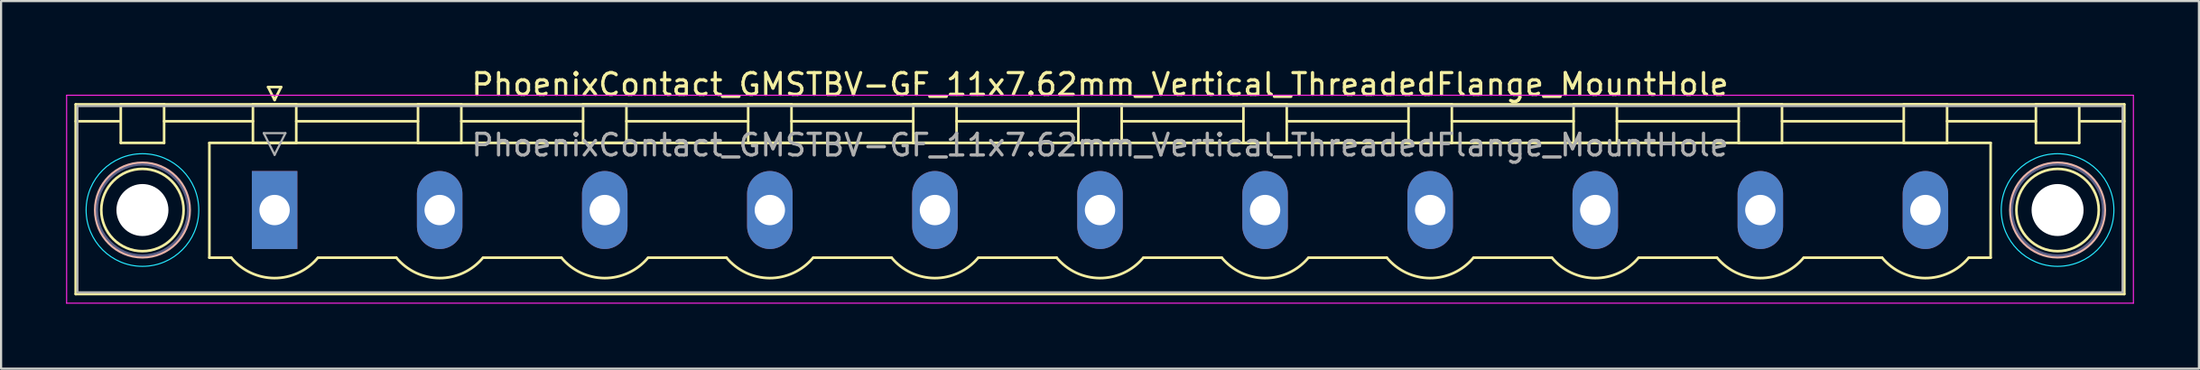
<source format=kicad_pcb>
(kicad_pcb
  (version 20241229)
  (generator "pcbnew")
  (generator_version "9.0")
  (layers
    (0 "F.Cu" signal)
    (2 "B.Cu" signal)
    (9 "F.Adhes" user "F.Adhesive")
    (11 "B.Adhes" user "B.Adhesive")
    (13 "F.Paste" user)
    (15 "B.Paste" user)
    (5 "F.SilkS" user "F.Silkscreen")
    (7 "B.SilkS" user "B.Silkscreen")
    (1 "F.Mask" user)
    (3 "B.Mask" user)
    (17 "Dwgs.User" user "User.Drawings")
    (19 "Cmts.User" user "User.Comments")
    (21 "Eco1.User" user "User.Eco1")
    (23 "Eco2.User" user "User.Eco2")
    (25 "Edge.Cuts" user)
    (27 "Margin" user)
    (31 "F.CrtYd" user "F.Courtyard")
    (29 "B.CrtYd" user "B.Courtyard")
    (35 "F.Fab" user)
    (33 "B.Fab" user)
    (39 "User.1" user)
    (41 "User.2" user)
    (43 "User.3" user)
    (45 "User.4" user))
  (footprint "PhoenixContact_GMSTBV-GF_11x7.62mm_Vertical_ThreadedFlange_MountHole"
    (layer "F.Cu")
    (at 9.625 6.648)
    (property "Reference" "PhoenixContact_GMSTBV-GF_11x7.62mm_Vertical_ThreadedFlange_MountHole" (at 38.1 -5.8 0) (layer "F.SilkS") (effects (font (size 1 1) (thickness 0.15))))
    (attr through_hole)
    (fp_line (start -9.18 -4.88) (end -9.18 3.88) (stroke (width 0.12) (type solid)) (layer "F.SilkS"))
    (fp_line (start -9.18 -4.1) (end -7.18 -4.1) (stroke (width 0.12) (type solid)) (layer "F.SilkS"))
    (fp_line (start -9.18 3.88) (end 85.38 3.88) (stroke (width 0.12) (type solid)) (layer "F.SilkS"))
    (fp_line (start -7.1 -4.88) (end -5.1 -4.88) (stroke (width 0.12) (type solid)) (layer "F.SilkS"))
    (fp_line (start -7.1 -3.1) (end -7.1 -4.88) (stroke (width 0.12) (type solid)) (layer "F.SilkS"))
    (fp_line (start -5.1 -4.88) (end -5.1 -3.1) (stroke (width 0.12) (type solid)) (layer "F.SilkS"))
    (fp_line (start -5.1 -4.1) (end -1 -4.1) (stroke (width 0.12) (type solid)) (layer "F.SilkS"))
    (fp_line (start -5.1 -3.1) (end -7.1 -3.1) (stroke (width 0.12) (type solid)) (layer "F.SilkS"))
    (fp_line (start -3.01 -3.1) (end 79.21 -3.1) (stroke (width 0.12) (type solid)) (layer "F.SilkS"))
    (fp_line (start -3.01 2.2) (end -3.01 -3.1) (stroke (width 0.12) (type solid)) (layer "F.SilkS"))
    (fp_line (start -2 2.2) (end -3.01 2.2) (stroke (width 0.12) (type solid)) (layer "F.SilkS"))
    (fp_line (start -1 -4.88) (end 1 -4.88) (stroke (width 0.12) (type solid)) (layer "F.SilkS"))
    (fp_line (start -1 -3.1) (end -1 -4.88) (stroke (width 0.12) (type solid)) (layer "F.SilkS"))
    (fp_line (start -0.3 -5.68) (end 0.3 -5.68) (stroke (width 0.12) (type solid)) (layer "F.SilkS"))
    (fp_line (start 0 -5.08) (end -0.3 -5.68) (stroke (width 0.12) (type solid)) (layer "F.SilkS"))
    (fp_line (start 0.3 -5.68) (end 0 -5.08) (stroke (width 0.12) (type solid)) (layer "F.SilkS"))
    (fp_line (start 1 -4.88) (end 1 -3.1) (stroke (width 0.12) (type solid)) (layer "F.SilkS"))
    (fp_line (start 1 -4.1) (end 6.62 -4.1) (stroke (width 0.12) (type solid)) (layer "F.SilkS"))
    (fp_line (start 1 -3.1) (end -1 -3.1) (stroke (width 0.12) (type solid)) (layer "F.SilkS"))
    (fp_line (start 2 2.2) (end 5.62 2.2) (stroke (width 0.12) (type solid)) (layer "F.SilkS"))
    (fp_line (start 6.62 -4.88) (end 8.62 -4.88) (stroke (width 0.12) (type solid)) (layer "F.SilkS"))
    (fp_line (start 6.62 -3.1) (end 6.62 -4.88) (stroke (width 0.12) (type solid)) (layer "F.SilkS"))
    (fp_line (start 8.62 -4.88) (end 8.62 -3.1) (stroke (width 0.12) (type solid)) (layer "F.SilkS"))
    (fp_line (start 8.62 -4.1) (end 14.24 -4.1) (stroke (width 0.12) (type solid)) (layer "F.SilkS"))
    (fp_line (start 8.62 -3.1) (end 6.62 -3.1) (stroke (width 0.12) (type solid)) (layer "F.SilkS"))
    (fp_line (start 9.62 2.2) (end 13.24 2.2) (stroke (width 0.12) (type solid)) (layer "F.SilkS"))
    (fp_line (start 14.24 -4.88) (end 16.24 -4.88) (stroke (width 0.12) (type solid)) (layer "F.SilkS"))
    (fp_line (start 14.24 -3.1) (end 14.24 -4.88) (stroke (width 0.12) (type solid)) (layer "F.SilkS"))
    (fp_line (start 16.24 -4.88) (end 16.24 -3.1) (stroke (width 0.12) (type solid)) (layer "F.SilkS"))
    (fp_line (start 16.24 -4.1) (end 21.86 -4.1) (stroke (width 0.12) (type solid)) (layer "F.SilkS"))
    (fp_line (start 16.24 -3.1) (end 14.24 -3.1) (stroke (width 0.12) (type solid)) (layer "F.SilkS"))
    (fp_line (start 17.24 2.2) (end 20.86 2.2) (stroke (width 0.12) (type solid)) (layer "F.SilkS"))
    (fp_line (start 21.86 -4.88) (end 23.86 -4.88) (stroke (width 0.12) (type solid)) (layer "F.SilkS"))
    (fp_line (start 21.86 -3.1) (end 21.86 -4.88) (stroke (width 0.12) (type solid)) (layer "F.SilkS"))
    (fp_line (start 23.86 -4.88) (end 23.86 -3.1) (stroke (width 0.12) (type solid)) (layer "F.SilkS"))
    (fp_line (start 23.86 -4.1) (end 29.48 -4.1) (stroke (width 0.12) (type solid)) (layer "F.SilkS"))
    (fp_line (start 23.86 -3.1) (end 21.86 -3.1) (stroke (width 0.12) (type solid)) (layer "F.SilkS"))
    (fp_line (start 24.86 2.2) (end 28.48 2.2) (stroke (width 0.12) (type solid)) (layer "F.SilkS"))
    (fp_line (start 29.48 -4.88) (end 31.48 -4.88) (stroke (width 0.12) (type solid)) (layer "F.SilkS"))
    (fp_line (start 29.48 -3.1) (end 29.48 -4.88) (stroke (width 0.12) (type solid)) (layer "F.SilkS"))
    (fp_line (start 31.48 -4.88) (end 31.48 -3.1) (stroke (width 0.12) (type solid)) (layer "F.SilkS"))
    (fp_line (start 31.48 -4.1) (end 37.1 -4.1) (stroke (width 0.12) (type solid)) (layer "F.SilkS"))
    (fp_line (start 31.48 -3.1) (end 29.48 -3.1) (stroke (width 0.12) (type solid)) (layer "F.SilkS"))
    (fp_line (start 32.48 2.2) (end 36.1 2.2) (stroke (width 0.12) (type solid)) (layer "F.SilkS"))
    (fp_line (start 37.1 -4.88) (end 39.1 -4.88) (stroke (width 0.12) (type solid)) (layer "F.SilkS"))
    (fp_line (start 37.1 -3.1) (end 37.1 -4.88) (stroke (width 0.12) (type solid)) (layer "F.SilkS"))
    (fp_line (start 39.1 -4.88) (end 39.1 -3.1) (stroke (width 0.12) (type solid)) (layer "F.SilkS"))
    (fp_line (start 39.1 -4.1) (end 44.72 -4.1) (stroke (width 0.12) (type solid)) (layer "F.SilkS"))
    (fp_line (start 39.1 -3.1) (end 37.1 -3.1) (stroke (width 0.12) (type solid)) (layer "F.SilkS"))
    (fp_line (start 40.1 2.2) (end 43.72 2.2) (stroke (width 0.12) (type solid)) (layer "F.SilkS"))
    (fp_line (start 44.72 -4.88) (end 46.72 -4.88) (stroke (width 0.12) (type solid)) (layer "F.SilkS"))
    (fp_line (start 44.72 -3.1) (end 44.72 -4.88) (stroke (width 0.12) (type solid)) (layer "F.SilkS"))
    (fp_line (start 46.72 -4.88) (end 46.72 -3.1) (stroke (width 0.12) (type solid)) (layer "F.SilkS"))
    (fp_line (start 46.72 -4.1) (end 52.34 -4.1) (stroke (width 0.12) (type solid)) (layer "F.SilkS"))
    (fp_line (start 46.72 -3.1) (end 44.72 -3.1) (stroke (width 0.12) (type solid)) (layer "F.SilkS"))
    (fp_line (start 47.72 2.2) (end 51.34 2.2) (stroke (width 0.12) (type solid)) (layer "F.SilkS"))
    (fp_line (start 52.34 -4.88) (end 54.34 -4.88) (stroke (width 0.12) (type solid)) (layer "F.SilkS"))
    (fp_line (start 52.34 -3.1) (end 52.34 -4.88) (stroke (width 0.12) (type solid)) (layer "F.SilkS"))
    (fp_line (start 54.34 -4.88) (end 54.34 -3.1) (stroke (width 0.12) (type solid)) (layer "F.SilkS"))
    (fp_line (start 54.34 -4.1) (end 59.96 -4.1) (stroke (width 0.12) (type solid)) (layer "F.SilkS"))
    (fp_line (start 54.34 -3.1) (end 52.34 -3.1) (stroke (width 0.12) (type solid)) (layer "F.SilkS"))
    (fp_line (start 55.34 2.2) (end 58.96 2.2) (stroke (width 0.12) (type solid)) (layer "F.SilkS"))
    (fp_line (start 59.96 -4.88) (end 61.96 -4.88) (stroke (width 0.12) (type solid)) (layer "F.SilkS"))
    (fp_line (start 59.96 -3.1) (end 59.96 -4.88) (stroke (width 0.12) (type solid)) (layer "F.SilkS"))
    (fp_line (start 61.96 -4.88) (end 61.96 -3.1) (stroke (width 0.12) (type solid)) (layer "F.SilkS"))
    (fp_line (start 61.96 -4.1) (end 67.58 -4.1) (stroke (width 0.12) (type solid)) (layer "F.SilkS"))
    (fp_line (start 61.96 -3.1) (end 59.96 -3.1) (stroke (width 0.12) (type solid)) (layer "F.SilkS"))
    (fp_line (start 62.96 2.2) (end 66.58 2.2) (stroke (width 0.12) (type solid)) (layer "F.SilkS"))
    (fp_line (start 67.58 -4.88) (end 69.58 -4.88) (stroke (width 0.12) (type solid)) (layer "F.SilkS"))
    (fp_line (start 67.58 -3.1) (end 67.58 -4.88) (stroke (width 0.12) (type solid)) (layer "F.SilkS"))
    (fp_line (start 69.58 -4.88) (end 69.58 -3.1) (stroke (width 0.12) (type solid)) (layer "F.SilkS"))
    (fp_line (start 69.58 -4.1) (end 75.2 -4.1) (stroke (width 0.12) (type solid)) (layer "F.SilkS"))
    (fp_line (start 69.58 -3.1) (end 67.58 -3.1) (stroke (width 0.12) (type solid)) (layer "F.SilkS"))
    (fp_line (start 70.58 2.2) (end 74.2 2.2) (stroke (width 0.12) (type solid)) (layer "F.SilkS"))
    (fp_line (start 75.2 -4.88) (end 77.2 -4.88) (stroke (width 0.12) (type solid)) (layer "F.SilkS"))
    (fp_line (start 75.2 -3.1) (end 75.2 -4.88) (stroke (width 0.12) (type solid)) (layer "F.SilkS"))
    (fp_line (start 77.2 -4.88) (end 77.2 -3.1) (stroke (width 0.12) (type solid)) (layer "F.SilkS"))
    (fp_line (start 77.2 -4.1) (end 81.3 -4.1) (stroke (width 0.12) (type solid)) (layer "F.SilkS"))
    (fp_line (start 77.2 -3.1) (end 75.2 -3.1) (stroke (width 0.12) (type solid)) (layer "F.SilkS"))
    (fp_line (start 79.21 -3.1) (end 79.21 2.2) (stroke (width 0.12) (type solid)) (layer "F.SilkS"))
    (fp_line (start 79.21 2.2) (end 78.2 2.2) (stroke (width 0.12) (type solid)) (layer "F.SilkS"))
    (fp_line (start 81.3 -4.88) (end 83.3 -4.88) (stroke (width 0.12) (type solid)) (layer "F.SilkS"))
    (fp_line (start 81.3 -3.1) (end 81.3 -4.88) (stroke (width 0.12) (type solid)) (layer "F.SilkS"))
    (fp_line (start 83.3 -4.88) (end 83.3 -3.1) (stroke (width 0.12) (type solid)) (layer "F.SilkS"))
    (fp_line (start 83.3 -3.1) (end 81.3 -3.1) (stroke (width 0.12) (type solid)) (layer "F.SilkS"))
    (fp_line (start 85.38 -4.88) (end -9.18 -4.88) (stroke (width 0.12) (type solid)) (layer "F.SilkS"))
    (fp_line (start 85.38 -4.1) (end 83.38 -4.1) (stroke (width 0.12) (type solid)) (layer "F.SilkS"))
    (fp_line (start 85.38 3.88) (end 85.38 -4.88) (stroke (width 0.12) (type solid)) (layer "F.SilkS"))
    (fp_arc (start 1.986842 2.215821) (mid -0.010289 3.142758) (end -2 2.2) (stroke (width 0.12) (type solid)) (layer "F.SilkS"))
    (fp_arc (start 9.606842 2.215821) (mid 7.609711 3.142758) (end 5.62 2.2) (stroke (width 0.12) (type solid)) (layer "F.SilkS"))
    (fp_arc (start 17.226842 2.215821) (mid 15.229711 3.142758) (end 13.24 2.2) (stroke (width 0.12) (type solid)) (layer "F.SilkS"))
    (fp_arc (start 24.846842 2.215821) (mid 22.849711 3.142758) (end 20.86 2.2) (stroke (width 0.12) (type solid)) (layer "F.SilkS"))
    (fp_arc (start 32.466842 2.215821) (mid 30.469711 3.142758) (end 28.48 2.2) (stroke (width 0.12) (type solid)) (layer "F.SilkS"))
    (fp_arc (start 40.086842 2.215821) (mid 38.089711 3.142758) (end 36.1 2.2) (stroke (width 0.12) (type solid)) (layer "F.SilkS"))
    (fp_arc (start 47.706842 2.215821) (mid 45.709711 3.142758) (end 43.72 2.2) (stroke (width 0.12) (type solid)) (layer "F.SilkS"))
    (fp_arc (start 55.326842 2.215821) (mid 53.329711 3.142758) (end 51.34 2.2) (stroke (width 0.12) (type solid)) (layer "F.SilkS"))
    (fp_arc (start 62.946842 2.215821) (mid 60.949711 3.142758) (end 58.96 2.2) (stroke (width 0.12) (type solid)) (layer "F.SilkS"))
    (fp_arc (start 70.566842 2.215821) (mid 68.569711 3.142758) (end 66.58 2.2) (stroke (width 0.12) (type solid)) (layer "F.SilkS"))
    (fp_arc (start 78.186842 2.215821) (mid 76.189711 3.142758) (end 74.2 2.2) (stroke (width 0.12) (type solid)) (layer "F.SilkS"))
    (fp_circle (center -6.1 0) (end -4.2 0) (stroke (width 0.12) (type solid)) (fill no) (layer "F.SilkS"))
    (fp_circle (center 82.3 0) (end 84.2 0) (stroke (width 0.12) (type solid)) (fill no) (layer "F.SilkS"))
    (fp_circle (center -6.1 0) (end -3.92 0) (stroke (width 0.12) (type solid)) (fill no) (layer "B.SilkS"))
    (fp_circle (center 82.3 0) (end 84.48 0) (stroke (width 0.12) (type solid)) (fill no) (layer "B.SilkS"))
    (fp_circle (center -6.1 0) (end -3.5 0) (stroke (width 0.05) (type solid)) (fill no) (layer "B.CrtYd"))
    (fp_circle (center 82.3 0) (end 84.9 0) (stroke (width 0.05) (type solid)) (fill no) (layer "B.CrtYd"))
    (fp_line (start -9.6 -5.3) (end -9.6 4.3) (stroke (width 0.05) (type solid)) (layer "F.CrtYd"))
    (fp_line (start -9.6 4.3) (end 85.8 4.3) (stroke (width 0.05) (type solid)) (layer "F.CrtYd"))
    (fp_line (start 85.8 -5.3) (end -9.6 -5.3) (stroke (width 0.05) (type solid)) (layer "F.CrtYd"))
    (fp_line (start 85.8 4.3) (end 85.8 -5.3) (stroke (width 0.05) (type solid)) (layer "F.CrtYd"))
    (fp_circle (center -6.1 0) (end -4 0) (stroke (width 0.1) (type solid)) (fill no) (layer "B.Fab"))
    (fp_circle (center 82.3 0) (end 84.4 0) (stroke (width 0.1) (type solid)) (fill no) (layer "B.Fab"))
    (fp_line (start -9.1 -4.8) (end -9.1 3.8) (stroke (width 0.1) (type solid)) (layer "F.Fab"))
    (fp_line (start -9.1 3.8) (end 85.3 3.8) (stroke (width 0.1) (type solid)) (layer "F.Fab"))
    (fp_line (start -0.5 -3.55) (end 0.5 -3.55) (stroke (width 0.1) (type solid)) (layer "F.Fab"))
    (fp_line (start 0 -2.55) (end -0.5 -3.55) (stroke (width 0.1) (type solid)) (layer "F.Fab"))
    (fp_line (start 0.5 -3.55) (end 0 -2.55) (stroke (width 0.1) (type solid)) (layer "F.Fab"))
    (fp_line (start 85.3 -4.8) (end -9.1 -4.8) (stroke (width 0.1) (type solid)) (layer "F.Fab"))
    (fp_line (start 85.3 3.8) (end 85.3 -4.8) (stroke (width 0.1) (type solid)) (layer "F.Fab"))
    (fp_text user "${REFERENCE}" (at 38.1 -3 0) (layer "F.Fab") (effects (font (size 1 1) (thickness 0.15))))
    (pad "" np_thru_hole circle (at -6.1 0) (size 2.4 2.4) (drill 2.4) (layers "*.Cu" "*.Mask"))
    (pad "" np_thru_hole circle (at 82.3 0) (size 2.4 2.4) (drill 2.4) (layers "*.Cu" "*.Mask"))
    (pad "1" thru_hole rect (at 0 0) (size 2.1 3.6) (drill 1.4) (layers "*.Cu" "*.Mask"))
    (pad "2" thru_hole oval (at 7.62 0) (size 2.1 3.6) (drill 1.4) (layers "*.Cu" "*.Mask"))
    (pad "3" thru_hole oval (at 15.24 0) (size 2.1 3.6) (drill 1.4) (layers "*.Cu" "*.Mask"))
    (pad "4" thru_hole oval (at 22.86 0) (size 2.1 3.6) (drill 1.4) (layers "*.Cu" "*.Mask"))
    (pad "5" thru_hole oval (at 30.48 0) (size 2.1 3.6) (drill 1.4) (layers "*.Cu" "*.Mask"))
    (pad "6" thru_hole oval (at 38.1 0) (size 2.1 3.6) (drill 1.4) (layers "*.Cu" "*.Mask"))
    (pad "7" thru_hole oval (at 45.72 0) (size 2.1 3.6) (drill 1.4) (layers "*.Cu" "*.Mask"))
    (pad "8" thru_hole oval (at 53.34 0) (size 2.1 3.6) (drill 1.4) (layers "*.Cu" "*.Mask"))
    (pad "9" thru_hole oval (at 60.96 0) (size 2.1 3.6) (drill 1.4) (layers "*.Cu" "*.Mask"))
    (pad "10" thru_hole oval (at 68.58 0) (size 2.1 3.6) (drill 1.4) (layers "*.Cu" "*.Mask"))
    (pad "11" thru_hole oval (at 76.2 0) (size 2.1 3.6) (drill 1.4) (layers "*.Cu" "*.Mask")))
  (gr_rect
    (start -3 -3)
    (end 98.45 13.973)
    (stroke (width 0.1) (type default))
    (fill no)
    (layer "Edge.Cuts")))
</source>
